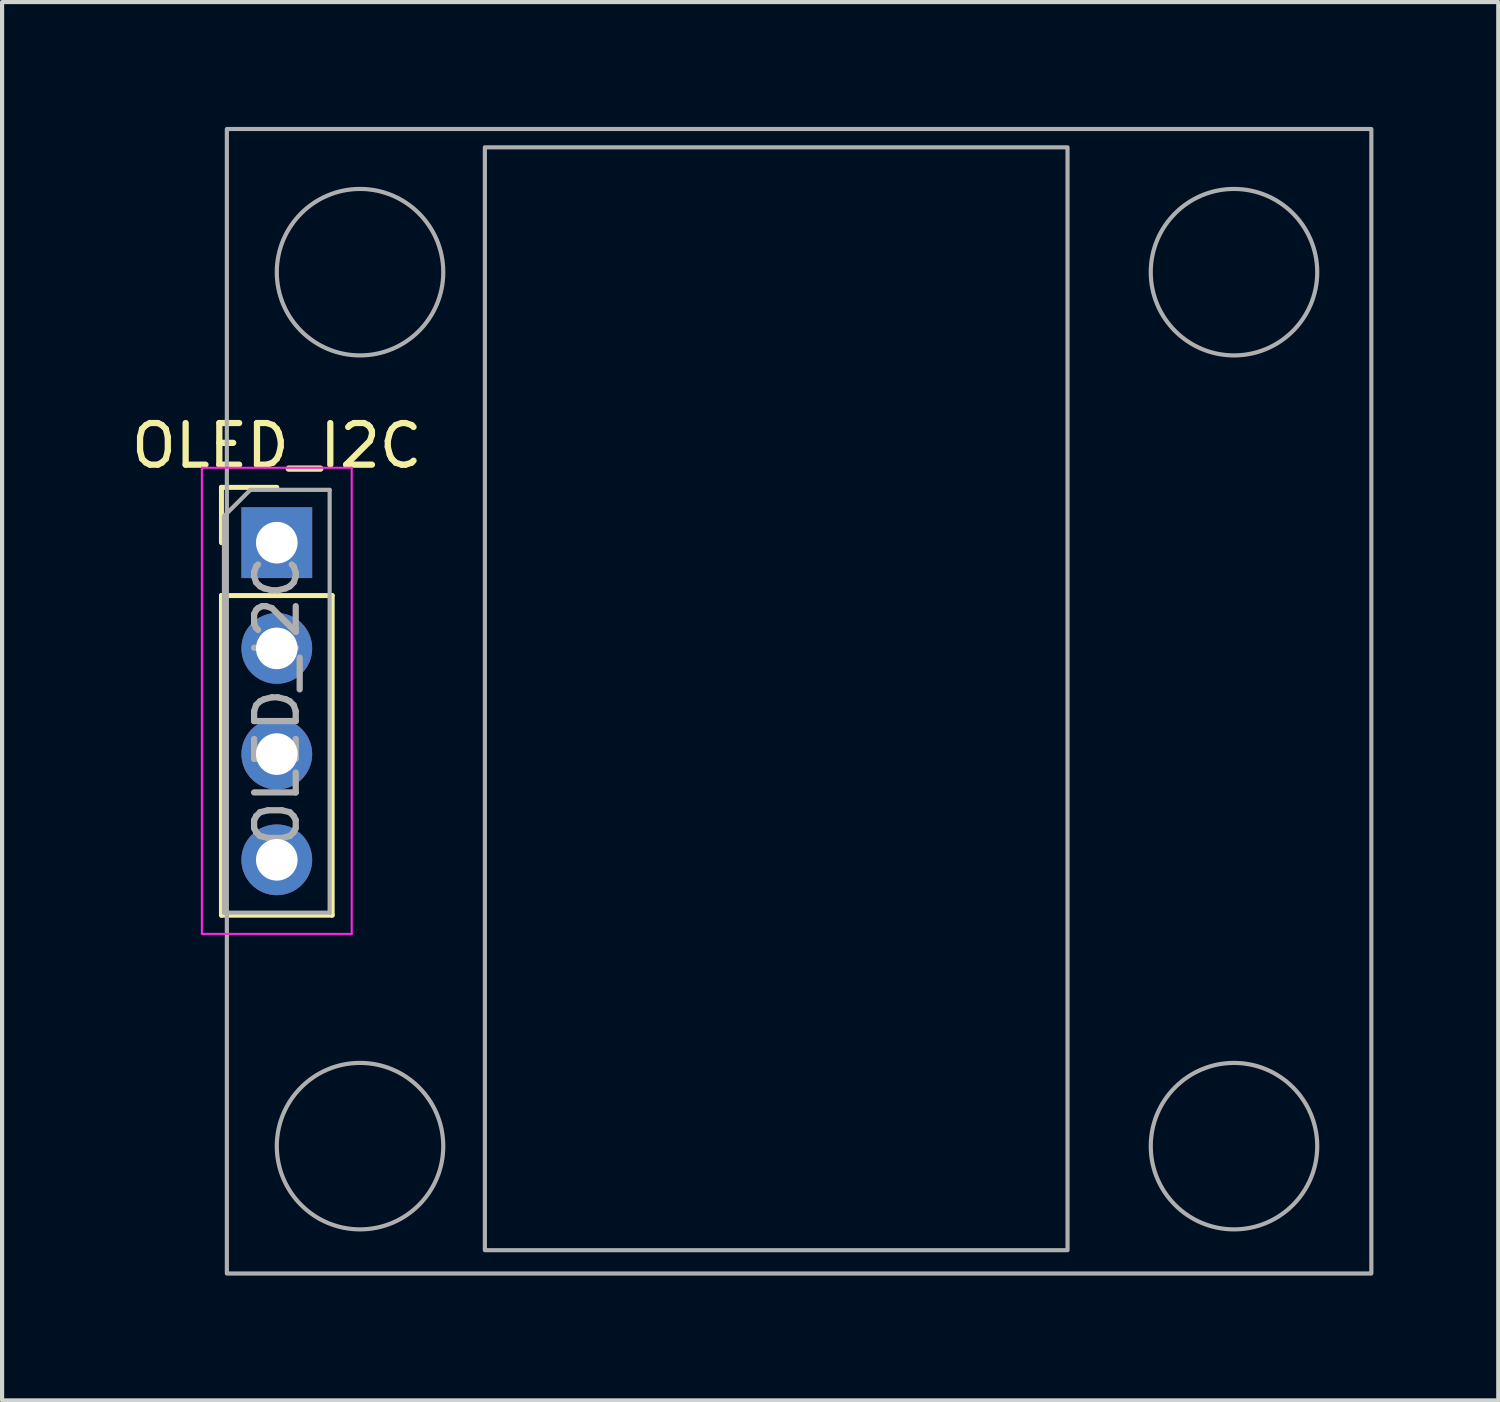
<source format=kicad_pcb>
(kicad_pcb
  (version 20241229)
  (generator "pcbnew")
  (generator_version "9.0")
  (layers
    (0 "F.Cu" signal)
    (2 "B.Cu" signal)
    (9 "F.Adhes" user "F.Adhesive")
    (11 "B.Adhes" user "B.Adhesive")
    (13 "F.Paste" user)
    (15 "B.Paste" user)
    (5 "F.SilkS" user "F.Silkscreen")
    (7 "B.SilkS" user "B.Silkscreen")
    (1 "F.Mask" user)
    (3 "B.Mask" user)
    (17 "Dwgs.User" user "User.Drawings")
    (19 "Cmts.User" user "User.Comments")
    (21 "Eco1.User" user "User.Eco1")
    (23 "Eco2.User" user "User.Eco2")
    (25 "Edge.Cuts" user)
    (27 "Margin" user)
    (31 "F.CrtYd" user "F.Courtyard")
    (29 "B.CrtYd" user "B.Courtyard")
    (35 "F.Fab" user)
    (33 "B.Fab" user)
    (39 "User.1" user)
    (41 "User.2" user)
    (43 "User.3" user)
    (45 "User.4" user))
  (footprint "OLED_I2C"
    (layer "F.Cu")
    (at 3.601 9.99)
    (property "Reference" "OLED_I2C" (at 0 -2.33 0) (layer "F.SilkS") (effects (font (size 1 1) (thickness 0.15))))
    (attr through_hole)
    (fp_line (start -1.33 -1.33) (end 0 -1.33) (stroke (width 0.12) (type solid)) (layer "F.SilkS"))
    (fp_line (start -1.33 0) (end -1.33 -1.33) (stroke (width 0.12) (type solid)) (layer "F.SilkS"))
    (fp_line (start -1.33 1.27) (end -1.33 8.95) (stroke (width 0.12) (type solid)) (layer "F.SilkS"))
    (fp_line (start -1.33 1.27) (end 1.33 1.27) (stroke (width 0.12) (type solid)) (layer "F.SilkS"))
    (fp_line (start -1.33 8.95) (end 1.33 8.95) (stroke (width 0.12) (type solid)) (layer "F.SilkS"))
    (fp_line (start 1.33 1.27) (end 1.33 8.95) (stroke (width 0.12) (type solid)) (layer "F.SilkS"))
    (fp_line (start -1.8 -1.8) (end -1.8 9.4) (stroke (width 0.05) (type solid)) (layer "F.CrtYd"))
    (fp_line (start -1.8 9.4) (end 1.8 9.4) (stroke (width 0.05) (type solid)) (layer "F.CrtYd"))
    (fp_line (start 1.8 -1.8) (end -1.8 -1.8) (stroke (width 0.05) (type solid)) (layer "F.CrtYd"))
    (fp_line (start 1.8 9.4) (end 1.8 -1.8) (stroke (width 0.05) (type solid)) (layer "F.CrtYd"))
    (fp_line (start -1.27 -0.635) (end -0.635 -1.27) (stroke (width 0.1) (type solid)) (layer "F.Fab"))
    (fp_line (start -1.27 8.89) (end -1.27 -0.635) (stroke (width 0.1) (type solid)) (layer "F.Fab"))
    (fp_line (start -0.635 -1.27) (end 1.27 -1.27) (stroke (width 0.1) (type solid)) (layer "F.Fab"))
    (fp_line (start 1.27 -1.27) (end 1.27 8.89) (stroke (width 0.1) (type solid)) (layer "F.Fab"))
    (fp_line (start 1.27 8.89) (end -1.27 8.89) (stroke (width 0.1) (type solid)) (layer "F.Fab"))
    (fp_rect (start -1.2 -9.94) (end 26.3 17.56) (stroke (width 0.1) (type default)) (fill no) (layer "F.Fab"))
    (fp_rect (start 5 -9.5) (end 19 17) (stroke (width 0.1) (type default)) (fill no) (layer "F.Fab"))
    (fp_circle (center 2 -6.5) (end 4 -6.5) (stroke (width 0.1) (type default)) (fill no) (layer "F.Fab"))
    (fp_circle (center 2 14.5) (end 4 14.5) (stroke (width 0.1) (type default)) (fill no) (layer "F.Fab"))
    (fp_circle (center 23 -6.5) (end 25 -6.5) (stroke (width 0.1) (type default)) (fill no) (layer "F.Fab"))
    (fp_circle (center 23 14.5) (end 25 14.5) (stroke (width 0.1) (type default)) (fill no) (layer "F.Fab"))
    (fp_text user "${REFERENCE}" (at 0 3.81 90) (layer "F.Fab") (effects (font (size 1 1) (thickness 0.15))))
    (pad "1" thru_hole rect (at 0 0) (size 1.7 1.7) (drill 1) (layers "*.Cu" "*.Mask"))
    (pad "2" thru_hole oval (at 0 2.54) (size 1.7 1.7) (drill 1) (layers "*.Cu" "*.Mask"))
    (pad "3" thru_hole oval (at 0 5.08) (size 1.7 1.7) (drill 1) (layers "*.Cu" "*.Mask"))
    (pad "4" thru_hole oval (at 0 7.62) (size 1.7 1.7) (drill 1) (layers "*.Cu" "*.Mask")))
  (gr_rect
    (start -3 -3)
    (end 32.951 30.6)
    (stroke (width 0.1) (type default))
    (fill no)
    (layer "Edge.Cuts")))
</source>
